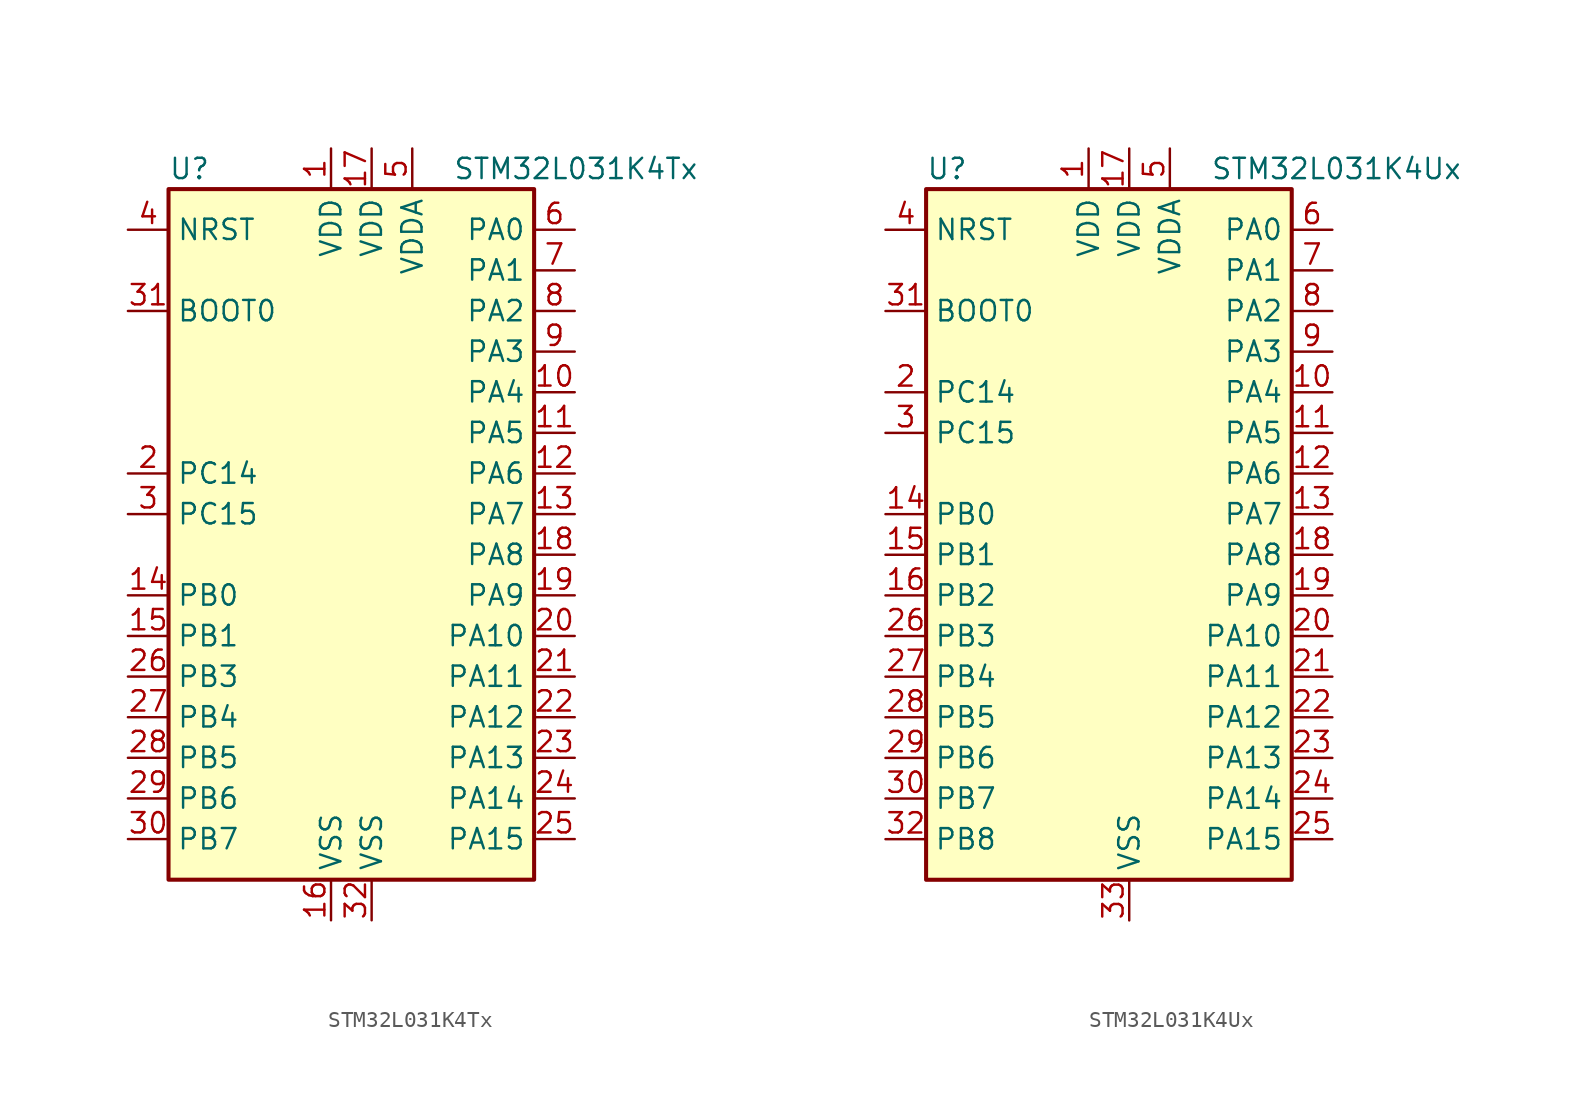
<source format=kicad_sym>
(kicad_symbol_lib
  (version 20201005)
  (generator kicad_symbol_editor)
  (symbol "STM32L031K4Tx"
    (property "Reference" "U"
      (at -12.7 21.59 0)
      (effects (font (size 1.27 1.27)) (justify left)))
    (property "Value" "STM32L031K4Tx"
      (at 5.08 21.59 0)
      (effects (font (size 1.27 1.27)) (justify left)))
    (symbol "STM32L031K4Tx_0_1"
      (rectangle (start -12.7 -22.86) (end 10.16 20.32) (stroke (width 0.254)) (fill (type background))))
    (symbol "STM32L031K4Tx_1_1"
      (pin input line (at -15.24 12.7 0) (length 2.54) (name "BOOT0" (effects (font (size 1.27 1.27)))) (number "31" (effects (font (size 1.27 1.27)))))
      (pin input line (at -15.24 17.78 0) (length 2.54) (name "NRST" (effects (font (size 1.27 1.27)))) (number "4" (effects (font (size 1.27 1.27)))))
      (pin bidirectional line (at 12.7 17.78 180) (length 2.54) (name "PA0" (effects (font (size 1.27 1.27)))) (number "6" (effects (font (size 1.27 1.27)))))
      (pin bidirectional line (at 12.7 15.24 180) (length 2.54) (name "PA1" (effects (font (size 1.27 1.27)))) (number "7" (effects (font (size 1.27 1.27)))))
      (pin bidirectional line (at 12.7 -7.62 180) (length 2.54) (name "PA10" (effects (font (size 1.27 1.27)))) (number "20" (effects (font (size 1.27 1.27)))))
      (pin bidirectional line (at 12.7 -10.16 180) (length 2.54) (name "PA11" (effects (font (size 1.27 1.27)))) (number "21" (effects (font (size 1.27 1.27)))))
      (pin bidirectional line (at 12.7 -12.7 180) (length 2.54) (name "PA12" (effects (font (size 1.27 1.27)))) (number "22" (effects (font (size 1.27 1.27)))))
      (pin bidirectional line (at 12.7 -15.24 180) (length 2.54) (name "PA13" (effects (font (size 1.27 1.27)))) (number "23" (effects (font (size 1.27 1.27)))))
      (pin bidirectional line (at 12.7 -17.78 180) (length 2.54) (name "PA14" (effects (font (size 1.27 1.27)))) (number "24" (effects (font (size 1.27 1.27)))))
      (pin bidirectional line (at 12.7 -20.32 180) (length 2.54) (name "PA15" (effects (font (size 1.27 1.27)))) (number "25" (effects (font (size 1.27 1.27)))))
      (pin bidirectional line (at 12.7 12.7 180) (length 2.54) (name "PA2" (effects (font (size 1.27 1.27)))) (number "8" (effects (font (size 1.27 1.27)))))
      (pin bidirectional line (at 12.7 10.16 180) (length 2.54) (name "PA3" (effects (font (size 1.27 1.27)))) (number "9" (effects (font (size 1.27 1.27)))))
      (pin bidirectional line (at 12.7 7.62 180) (length 2.54) (name "PA4" (effects (font (size 1.27 1.27)))) (number "10" (effects (font (size 1.27 1.27)))))
      (pin bidirectional line (at 12.7 5.08 180) (length 2.54) (name "PA5" (effects (font (size 1.27 1.27)))) (number "11" (effects (font (size 1.27 1.27)))))
      (pin bidirectional line (at 12.7 2.54 180) (length 2.54) (name "PA6" (effects (font (size 1.27 1.27)))) (number "12" (effects (font (size 1.27 1.27)))))
      (pin bidirectional line (at 12.7 0 180) (length 2.54) (name "PA7" (effects (font (size 1.27 1.27)))) (number "13" (effects (font (size 1.27 1.27)))))
      (pin bidirectional line (at 12.7 -2.54 180) (length 2.54) (name "PA8" (effects (font (size 1.27 1.27)))) (number "18" (effects (font (size 1.27 1.27)))))
      (pin bidirectional line (at 12.7 -5.08 180) (length 2.54) (name "PA9" (effects (font (size 1.27 1.27)))) (number "19" (effects (font (size 1.27 1.27)))))
      (pin bidirectional line (at -15.24 -5.08 0) (length 2.54) (name "PB0" (effects (font (size 1.27 1.27)))) (number "14" (effects (font (size 1.27 1.27)))))
      (pin bidirectional line (at -15.24 -7.62 0) (length 2.54) (name "PB1" (effects (font (size 1.27 1.27)))) (number "15" (effects (font (size 1.27 1.27)))))
      (pin bidirectional line (at -15.24 -10.16 0) (length 2.54) (name "PB3" (effects (font (size 1.27 1.27)))) (number "26" (effects (font (size 1.27 1.27)))))
      (pin bidirectional line (at -15.24 -12.7 0) (length 2.54) (name "PB4" (effects (font (size 1.27 1.27)))) (number "27" (effects (font (size 1.27 1.27)))))
      (pin bidirectional line (at -15.24 -15.24 0) (length 2.54) (name "PB5" (effects (font (size 1.27 1.27)))) (number "28" (effects (font (size 1.27 1.27)))))
      (pin bidirectional line (at -15.24 -17.78 0) (length 2.54) (name "PB6" (effects (font (size 1.27 1.27)))) (number "29" (effects (font (size 1.27 1.27)))))
      (pin bidirectional line (at -15.24 -20.32 0) (length 2.54) (name "PB7" (effects (font (size 1.27 1.27)))) (number "30" (effects (font (size 1.27 1.27)))))
      (pin bidirectional line (at -15.24 2.54 0) (length 2.54) (name "PC14" (effects (font (size 1.27 1.27)))) (number "2" (effects (font (size 1.27 1.27)))))
      (pin bidirectional line (at -15.24 0 0) (length 2.54) (name "PC15" (effects (font (size 1.27 1.27)))) (number "3" (effects (font (size 1.27 1.27)))))
      (pin power_in line (at -2.54 22.86 270) (length 2.54) (name "VDD" (effects (font (size 1.27 1.27)))) (number "1" (effects (font (size 1.27 1.27)))))
      (pin power_in line (at 0 22.86 270) (length 2.54) (name "VDD" (effects (font (size 1.27 1.27)))) (number "17" (effects (font (size 1.27 1.27)))))
      (pin power_in line (at 2.54 22.86 270) (length 2.54) (name "VDDA" (effects (font (size 1.27 1.27)))) (number "5" (effects (font (size 1.27 1.27)))))
      (pin power_in line (at -2.54 -25.4 90) (length 2.54) (name "VSS" (effects (font (size 1.27 1.27)))) (number "16" (effects (font (size 1.27 1.27)))))
      (pin power_in line (at 0 -25.4 90) (length 2.54) (name "VSS" (effects (font (size 1.27 1.27)))) (number "32" (effects (font (size 1.27 1.27)))))))
  (symbol "STM32L031K4Ux"
    (property "Reference" "U"
      (at -12.7 21.59 0)
      (effects (font (size 1.27 1.27)) (justify left)))
    (property "Value" "STM32L031K4Ux"
      (at 5.08 21.59 0)
      (effects (font (size 1.27 1.27)) (justify left)))
    (symbol "STM32L031K4Ux_0_1"
      (rectangle (start -12.7 -22.86) (end 10.16 20.32) (stroke (width 0.254)) (fill (type background))))
    (symbol "STM32L031K4Ux_1_1"
      (pin input line (at -15.24 12.7 0) (length 2.54) (name "BOOT0" (effects (font (size 1.27 1.27)))) (number "31" (effects (font (size 1.27 1.27)))))
      (pin input line (at -15.24 17.78 0) (length 2.54) (name "NRST" (effects (font (size 1.27 1.27)))) (number "4" (effects (font (size 1.27 1.27)))))
      (pin bidirectional line (at 12.7 17.78 180) (length 2.54) (name "PA0" (effects (font (size 1.27 1.27)))) (number "6" (effects (font (size 1.27 1.27)))))
      (pin bidirectional line (at 12.7 15.24 180) (length 2.54) (name "PA1" (effects (font (size 1.27 1.27)))) (number "7" (effects (font (size 1.27 1.27)))))
      (pin bidirectional line (at 12.7 -7.62 180) (length 2.54) (name "PA10" (effects (font (size 1.27 1.27)))) (number "20" (effects (font (size 1.27 1.27)))))
      (pin bidirectional line (at 12.7 -10.16 180) (length 2.54) (name "PA11" (effects (font (size 1.27 1.27)))) (number "21" (effects (font (size 1.27 1.27)))))
      (pin bidirectional line (at 12.7 -12.7 180) (length 2.54) (name "PA12" (effects (font (size 1.27 1.27)))) (number "22" (effects (font (size 1.27 1.27)))))
      (pin bidirectional line (at 12.7 -15.24 180) (length 2.54) (name "PA13" (effects (font (size 1.27 1.27)))) (number "23" (effects (font (size 1.27 1.27)))))
      (pin bidirectional line (at 12.7 -17.78 180) (length 2.54) (name "PA14" (effects (font (size 1.27 1.27)))) (number "24" (effects (font (size 1.27 1.27)))))
      (pin bidirectional line (at 12.7 -20.32 180) (length 2.54) (name "PA15" (effects (font (size 1.27 1.27)))) (number "25" (effects (font (size 1.27 1.27)))))
      (pin bidirectional line (at 12.7 12.7 180) (length 2.54) (name "PA2" (effects (font (size 1.27 1.27)))) (number "8" (effects (font (size 1.27 1.27)))))
      (pin bidirectional line (at 12.7 10.16 180) (length 2.54) (name "PA3" (effects (font (size 1.27 1.27)))) (number "9" (effects (font (size 1.27 1.27)))))
      (pin bidirectional line (at 12.7 7.62 180) (length 2.54) (name "PA4" (effects (font (size 1.27 1.27)))) (number "10" (effects (font (size 1.27 1.27)))))
      (pin bidirectional line (at 12.7 5.08 180) (length 2.54) (name "PA5" (effects (font (size 1.27 1.27)))) (number "11" (effects (font (size 1.27 1.27)))))
      (pin bidirectional line (at 12.7 2.54 180) (length 2.54) (name "PA6" (effects (font (size 1.27 1.27)))) (number "12" (effects (font (size 1.27 1.27)))))
      (pin bidirectional line (at 12.7 0 180) (length 2.54) (name "PA7" (effects (font (size 1.27 1.27)))) (number "13" (effects (font (size 1.27 1.27)))))
      (pin bidirectional line (at 12.7 -2.54 180) (length 2.54) (name "PA8" (effects (font (size 1.27 1.27)))) (number "18" (effects (font (size 1.27 1.27)))))
      (pin bidirectional line (at 12.7 -5.08 180) (length 2.54) (name "PA9" (effects (font (size 1.27 1.27)))) (number "19" (effects (font (size 1.27 1.27)))))
      (pin bidirectional line (at -15.24 0 0) (length 2.54) (name "PB0" (effects (font (size 1.27 1.27)))) (number "14" (effects (font (size 1.27 1.27)))))
      (pin bidirectional line (at -15.24 -2.54 0) (length 2.54) (name "PB1" (effects (font (size 1.27 1.27)))) (number "15" (effects (font (size 1.27 1.27)))))
      (pin bidirectional line (at -15.24 -5.08 0) (length 2.54) (name "PB2" (effects (font (size 1.27 1.27)))) (number "16" (effects (font (size 1.27 1.27)))))
      (pin bidirectional line (at -15.24 -7.62 0) (length 2.54) (name "PB3" (effects (font (size 1.27 1.27)))) (number "26" (effects (font (size 1.27 1.27)))))
      (pin bidirectional line (at -15.24 -10.16 0) (length 2.54) (name "PB4" (effects (font (size 1.27 1.27)))) (number "27" (effects (font (size 1.27 1.27)))))
      (pin bidirectional line (at -15.24 -12.7 0) (length 2.54) (name "PB5" (effects (font (size 1.27 1.27)))) (number "28" (effects (font (size 1.27 1.27)))))
      (pin bidirectional line (at -15.24 -15.24 0) (length 2.54) (name "PB6" (effects (font (size 1.27 1.27)))) (number "29" (effects (font (size 1.27 1.27)))))
      (pin bidirectional line (at -15.24 -17.78 0) (length 2.54) (name "PB7" (effects (font (size 1.27 1.27)))) (number "30" (effects (font (size 1.27 1.27)))))
      (pin bidirectional line (at -15.24 -20.32 0) (length 2.54) (name "PB8" (effects (font (size 1.27 1.27)))) (number "32" (effects (font (size 1.27 1.27)))))
      (pin bidirectional line (at -15.24 7.62 0) (length 2.54) (name "PC14" (effects (font (size 1.27 1.27)))) (number "2" (effects (font (size 1.27 1.27)))))
      (pin bidirectional line (at -15.24 5.08 0) (length 2.54) (name "PC15" (effects (font (size 1.27 1.27)))) (number "3" (effects (font (size 1.27 1.27)))))
      (pin power_in line (at -2.54 22.86 270) (length 2.54) (name "VDD" (effects (font (size 1.27 1.27)))) (number "1" (effects (font (size 1.27 1.27)))))
      (pin power_in line (at 0 22.86 270) (length 2.54) (name "VDD" (effects (font (size 1.27 1.27)))) (number "17" (effects (font (size 1.27 1.27)))))
      (pin power_in line (at 2.54 22.86 270) (length 2.54) (name "VDDA" (effects (font (size 1.27 1.27)))) (number "5" (effects (font (size 1.27 1.27)))))
      (pin power_in line (at 0 -25.4 90) (length 2.54) (name "VSS" (effects (font (size 1.27 1.27)))) (number "33" (effects (font (size 1.27 1.27))))))))
</source>
